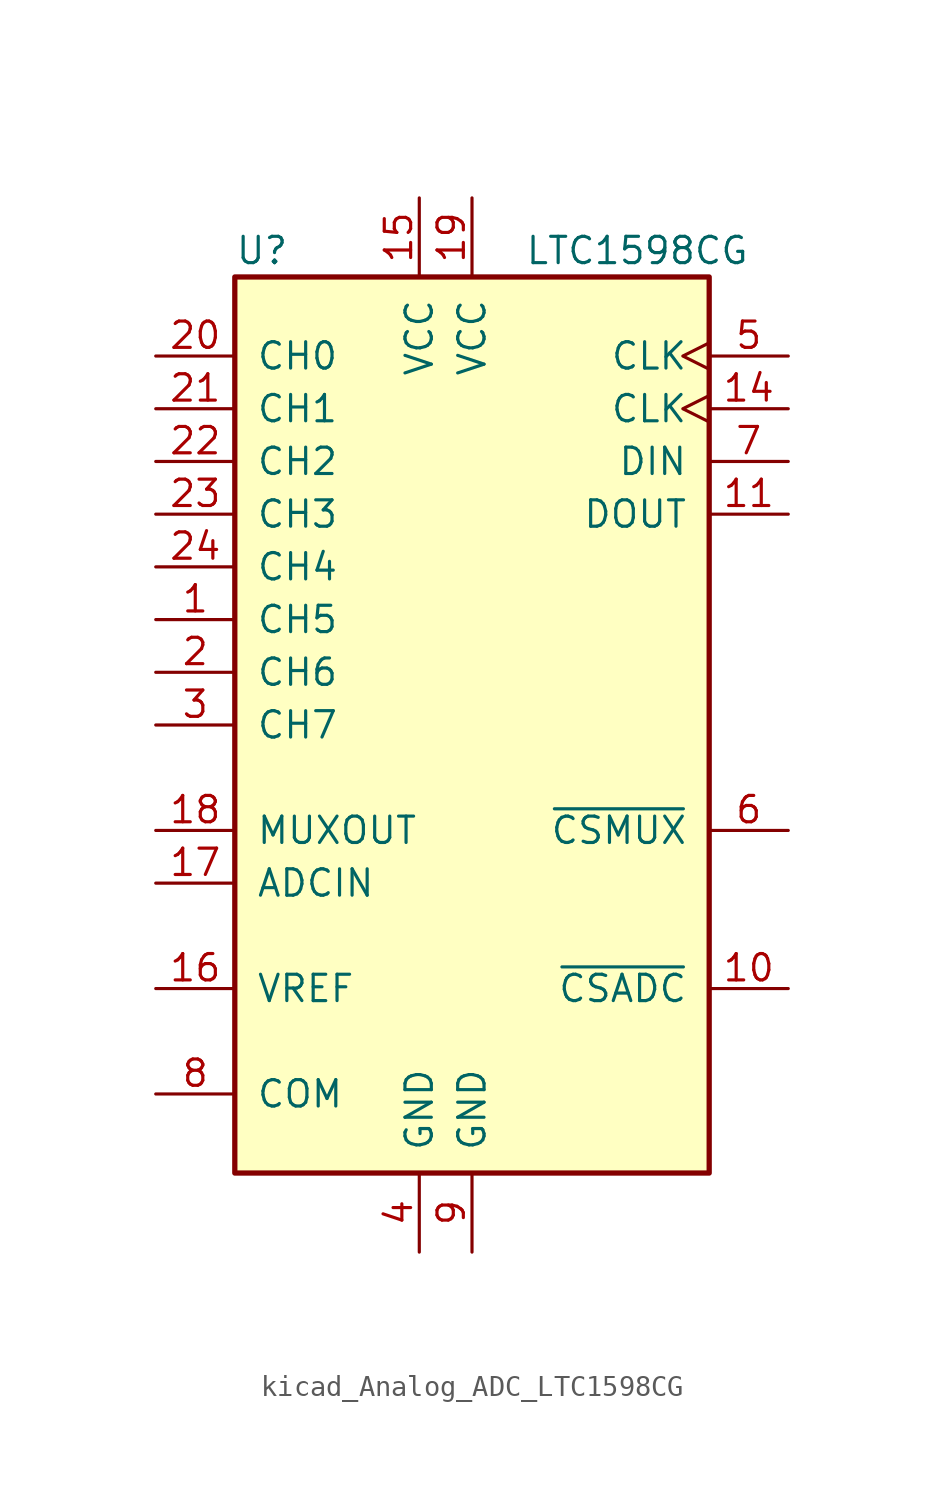
<source format=kicad_sym>
(kicad_symbol_lib
  (version 20220914)
  (generator kicad_symbol_editor)
  (symbol "kicad_Analog_ADC_LTC1598CG"
    (pin_names
      (offset 1.016))
    (property "Reference" "U"
      (at -11.43 22.86 0)
      (effects (font (size 1.27 1.27)) (justify left)))
    (property "Value" "LTC1598CG"
      (at 2.54 22.86 0)
      (effects (font (size 1.27 1.27)) (justify left)))
    (symbol "kicad_Analog_ADC_LTC1598CG_0_1"
      (rectangle (start -11.43 21.59) (end 11.43 -21.59) (stroke (width 0.254) (type default)) (fill (type background))))
    (symbol "kicad_Analog_ADC_LTC1598CG_1_1"
      (pin input line (at -15.24 5.08 0) (length 3.81) (name "CH5" (effects (font (size 1.27 1.27)))) (number "1" (effects (font (size 1.27 1.27)))))
      (pin input line (at 15.24 -12.7 180) (length 3.81) (name "~{CSADC}" (effects (font (size 1.27 1.27)))) (number "10" (effects (font (size 1.27 1.27)))))
      (pin output line (at 15.24 10.16 180) (length 3.81) (name "DOUT" (effects (font (size 1.27 1.27)))) (number "11" (effects (font (size 1.27 1.27)))))
      (pin no_connect line (at 2.54 -21.59 90) (length 3.81) hide (name "NC" (effects (font (size 1.27 1.27)))) (number "12" (effects (font (size 1.27 1.27)))))
      (pin no_connect line (at 5.08 -21.59 90) (length 3.81) hide (name "NC" (effects (font (size 1.27 1.27)))) (number "13" (effects (font (size 1.27 1.27)))))
      (pin input clock (at 15.24 15.24 180) (length 3.81) (name "CLK" (effects (font (size 1.27 1.27)))) (number "14" (effects (font (size 1.27 1.27)))))
      (pin power_in line (at -2.54 25.4 270) (length 3.81) (name "VCC" (effects (font (size 1.27 1.27)))) (number "15" (effects (font (size 1.27 1.27)))))
      (pin input line (at -15.24 -12.7 0) (length 3.81) (name "VREF" (effects (font (size 1.27 1.27)))) (number "16" (effects (font (size 1.27 1.27)))))
      (pin input line (at -15.24 -7.62 0) (length 3.81) (name "ADCIN" (effects (font (size 1.27 1.27)))) (number "17" (effects (font (size 1.27 1.27)))))
      (pin output line (at -15.24 -5.08 0) (length 3.81) (name "MUXOUT" (effects (font (size 1.27 1.27)))) (number "18" (effects (font (size 1.27 1.27)))))
      (pin power_in line (at 0 25.4 270) (length 3.81) (name "VCC" (effects (font (size 1.27 1.27)))) (number "19" (effects (font (size 1.27 1.27)))))
      (pin input line (at -15.24 2.54 0) (length 3.81) (name "CH6" (effects (font (size 1.27 1.27)))) (number "2" (effects (font (size 1.27 1.27)))))
      (pin input line (at -15.24 17.78 0) (length 3.81) (name "CH0" (effects (font (size 1.27 1.27)))) (number "20" (effects (font (size 1.27 1.27)))))
      (pin input line (at -15.24 15.24 0) (length 3.81) (name "CH1" (effects (font (size 1.27 1.27)))) (number "21" (effects (font (size 1.27 1.27)))))
      (pin input line (at -15.24 12.7 0) (length 3.81) (name "CH2" (effects (font (size 1.27 1.27)))) (number "22" (effects (font (size 1.27 1.27)))))
      (pin input line (at -15.24 10.16 0) (length 3.81) (name "CH3" (effects (font (size 1.27 1.27)))) (number "23" (effects (font (size 1.27 1.27)))))
      (pin input line (at -15.24 7.62 0) (length 3.81) (name "CH4" (effects (font (size 1.27 1.27)))) (number "24" (effects (font (size 1.27 1.27)))))
      (pin input line (at -15.24 0 0) (length 3.81) (name "CH7" (effects (font (size 1.27 1.27)))) (number "3" (effects (font (size 1.27 1.27)))))
      (pin power_in line (at -2.54 -25.4 90) (length 3.81) (name "GND" (effects (font (size 1.27 1.27)))) (number "4" (effects (font (size 1.27 1.27)))))
      (pin input clock (at 15.24 17.78 180) (length 3.81) (name "CLK" (effects (font (size 1.27 1.27)))) (number "5" (effects (font (size 1.27 1.27)))))
      (pin input line (at 15.24 -5.08 180) (length 3.81) (name "~{CSMUX}" (effects (font (size 1.27 1.27)))) (number "6" (effects (font (size 1.27 1.27)))))
      (pin input line (at 15.24 12.7 180) (length 3.81) (name "DIN" (effects (font (size 1.27 1.27)))) (number "7" (effects (font (size 1.27 1.27)))))
      (pin input line (at -15.24 -17.78 0) (length 3.81) (name "COM" (effects (font (size 1.27 1.27)))) (number "8" (effects (font (size 1.27 1.27)))))
      (pin power_in line (at 0 -25.4 90) (length 3.81) (name "GND" (effects (font (size 1.27 1.27)))) (number "9" (effects (font (size 1.27 1.27))))))))
</source>
